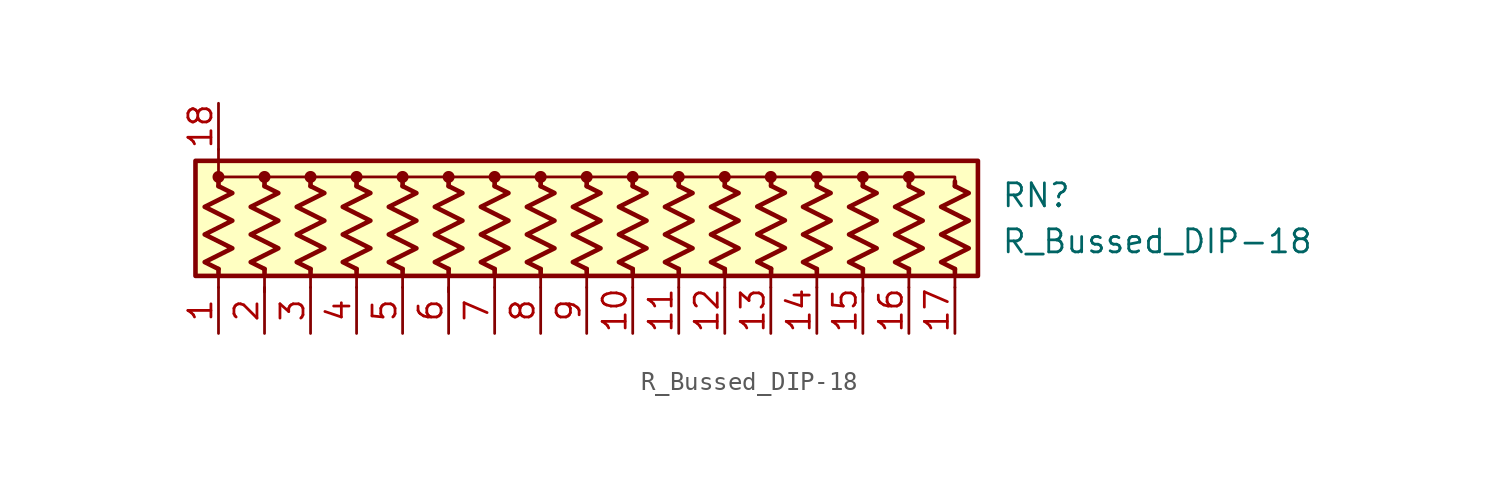
<source format=kicad_sym>
(kicad_symbol_lib
  (version 20220914)
  (generator kicad_symbol_editor)
  (symbol "R_Bussed_DIP-18"
    (pin_names
      (offset 0.002) hide)
    (property "Reference" "RN"
      (at 22.86 1.27 0)
      (effects (font (size 1.27 1.27)) (justify left)))
    (property "Value" "R_Bussed_DIP-18"
      (at 22.86 -1.27 0)
      (effects (font (size 1.27 1.27)) (justify left)))
    (symbol "R_Bussed_DIP-18_0_1"
      (rectangle (start -21.59 3.175) (end 21.59 -3.175) (stroke (width 0.254) (type default)) (fill (type background)))
      (circle (center -20.32 2.286) (radius 0.254) (stroke (width 0) (type default)) (fill (type outline)))
      (circle (center -17.78 2.286) (radius 0.254) (stroke (width 0) (type default)) (fill (type outline)))
      (circle (center -15.24 2.286) (radius 0.254) (stroke (width 0) (type default)) (fill (type outline)))
      (circle (center -12.7 2.286) (radius 0.254) (stroke (width 0) (type default)) (fill (type outline)))
      (circle (center -10.16 2.286) (radius 0.254) (stroke (width 0) (type default)) (fill (type outline)))
      (circle (center -7.62 2.286) (radius 0.254) (stroke (width 0) (type default)) (fill (type outline)))
      (circle (center -5.08 2.286) (radius 0.254) (stroke (width 0) (type default)) (fill (type outline)))
      (circle (center -2.54 2.286) (radius 0.254) (stroke (width 0) (type default)) (fill (type outline)))
      (polyline (pts (xy -20.32 -2.794) (xy -20.32 -3.81)) (stroke (width 0) (type default)) (fill (type none)))
      (polyline (pts (xy -20.32 -2.794) (xy -20.32 -3.048)) (stroke (width 0.254) (type default)) (fill (type none)))
      (polyline (pts (xy -20.32 1.778) (xy -20.32 2.032)) (stroke (width 0.254) (type default)) (fill (type none)))
      (polyline (pts (xy -20.32 3.81) (xy -20.32 2.54)) (stroke (width 0) (type default)) (fill (type none)))
      (polyline (pts (xy -17.78 -2.794) (xy -17.78 -4.064)) (stroke (width 0) (type default)) (fill (type none)))
      (polyline (pts (xy -17.78 -2.794) (xy -17.78 -3.048)) (stroke (width 0.254) (type default)) (fill (type none)))
      (polyline (pts (xy -17.78 1.778) (xy -17.78 2.032)) (stroke (width 0.254) (type default)) (fill (type none)))
      (polyline (pts (xy -15.24 -2.794) (xy -15.24 -3.81)) (stroke (width 0) (type default)) (fill (type none)))
      (polyline (pts (xy -15.24 -2.794) (xy -15.24 -3.048)) (stroke (width 0.254) (type default)) (fill (type none)))
      (polyline (pts (xy -15.24 1.778) (xy -15.24 2.032)) (stroke (width 0.254) (type default)) (fill (type none)))
      (polyline (pts (xy -12.7 -2.794) (xy -12.7 -3.81)) (stroke (width 0) (type default)) (fill (type none)))
      (polyline (pts (xy -12.7 -2.794) (xy -12.7 -3.048)) (stroke (width 0.254) (type default)) (fill (type none)))
      (polyline (pts (xy -12.7 1.778) (xy -12.7 2.032)) (stroke (width 0.254) (type default)) (fill (type none)))
      (polyline (pts (xy -10.16 -2.794) (xy -10.16 -3.81)) (stroke (width 0) (type default)) (fill (type none)))
      (polyline (pts (xy -10.16 -2.794) (xy -10.16 -3.048)) (stroke (width 0.254) (type default)) (fill (type none)))
      (polyline (pts (xy -10.16 1.778) (xy -10.16 2.032)) (stroke (width 0.254) (type default)) (fill (type none)))
      (polyline (pts (xy -7.62 -2.794) (xy -7.62 -4.064)) (stroke (width 0) (type default)) (fill (type none)))
      (polyline (pts (xy -7.62 -2.794) (xy -7.62 -3.048)) (stroke (width 0.254) (type default)) (fill (type none)))
      (polyline (pts (xy -7.62 1.778) (xy -7.62 2.032)) (stroke (width 0.254) (type default)) (fill (type none)))
      (polyline (pts (xy -5.08 -2.794) (xy -5.08 -3.81)) (stroke (width 0) (type default)) (fill (type none)))
      (polyline (pts (xy -5.08 -2.794) (xy -5.08 -3.048)) (stroke (width 0.254) (type default)) (fill (type none)))
      (polyline (pts (xy -5.08 1.778) (xy -5.08 2.032)) (stroke (width 0.254) (type default)) (fill (type none)))
      (polyline (pts (xy -2.54 -2.794) (xy -2.54 -3.81)) (stroke (width 0) (type default)) (fill (type none)))
      (polyline (pts (xy -2.54 -2.794) (xy -2.54 -3.048)) (stroke (width 0.254) (type default)) (fill (type none)))
      (polyline (pts (xy -2.54 1.778) (xy -2.54 2.032)) (stroke (width 0.254) (type default)) (fill (type none)))
      (polyline (pts (xy 0 -2.794) (xy 0 -3.81)) (stroke (width 0) (type default)) (fill (type none)))
      (polyline (pts (xy 0 -2.794) (xy 0 -3.048)) (stroke (width 0.254) (type default)) (fill (type none)))
      (polyline (pts (xy 0 1.778) (xy 0 2.032)) (stroke (width 0.254) (type default)) (fill (type none)))
      (polyline (pts (xy 2.54 -2.794) (xy 2.54 -3.81)) (stroke (width 0) (type default)) (fill (type none)))
      (polyline (pts (xy 2.54 -2.794) (xy 2.54 -3.048)) (stroke (width 0.254) (type default)) (fill (type none)))
      (polyline (pts (xy 2.54 1.778) (xy 2.54 2.032)) (stroke (width 0.254) (type default)) (fill (type none)))
      (polyline (pts (xy 5.08 -2.794) (xy 5.08 -3.81)) (stroke (width 0) (type default)) (fill (type none)))
      (polyline (pts (xy 5.08 -2.794) (xy 5.08 -3.048)) (stroke (width 0.254) (type default)) (fill (type none)))
      (polyline (pts (xy 5.08 1.778) (xy 5.08 2.032)) (stroke (width 0.254) (type default)) (fill (type none)))
      (polyline (pts (xy 7.62 -2.794) (xy 7.62 -3.81)) (stroke (width 0) (type default)) (fill (type none)))
      (polyline (pts (xy 7.62 -2.794) (xy 7.62 -3.048)) (stroke (width 0.254) (type default)) (fill (type none)))
      (polyline (pts (xy 7.62 1.778) (xy 7.62 2.032)) (stroke (width 0.254) (type default)) (fill (type none)))
      (polyline (pts (xy 10.16 -2.794) (xy 10.16 -3.81)) (stroke (width 0) (type default)) (fill (type none)))
      (polyline (pts (xy 10.175 -2.777) (xy 10.175 -3.031)) (stroke (width 0.254) (type default)) (fill (type none)))
      (polyline (pts (xy 10.175 1.795) (xy 10.175 2.049)) (stroke (width 0.254) (type default)) (fill (type none)))
      (polyline (pts (xy 12.7 -2.794) (xy 12.7 -3.81)) (stroke (width 0) (type default)) (fill (type none)))
      (polyline (pts (xy 12.7 -2.794) (xy 12.7 -3.048)) (stroke (width 0.254) (type default)) (fill (type none)))
      (polyline (pts (xy 12.7 1.778) (xy 12.7 2.032)) (stroke (width 0.254) (type default)) (fill (type none)))
      (polyline (pts (xy 15.24 -2.794) (xy 15.24 -4.064)) (stroke (width 0) (type default)) (fill (type none)))
      (polyline (pts (xy 15.24 -2.794) (xy 15.24 -3.048)) (stroke (width 0.254) (type default)) (fill (type none)))
      (polyline (pts (xy 15.24 1.778) (xy 15.24 2.032)) (stroke (width 0.254) (type default)) (fill (type none)))
      (polyline (pts (xy 17.78 -2.794) (xy 17.78 -3.81)) (stroke (width 0) (type default)) (fill (type none)))
      (polyline (pts (xy 17.78 -2.794) (xy 17.78 -3.048)) (stroke (width 0.254) (type default)) (fill (type none)))
      (polyline (pts (xy 17.78 1.778) (xy 17.78 2.032)) (stroke (width 0.254) (type default)) (fill (type none)))
      (polyline (pts (xy 20.32 -2.794) (xy 20.32 -3.81)) (stroke (width 0) (type default)) (fill (type none)))
      (polyline (pts (xy 20.32 -2.794) (xy 20.32 -3.048)) (stroke (width 0.254) (type default)) (fill (type none)))
      (polyline (pts (xy 20.32 1.778) (xy 20.32 2.032)) (stroke (width 0.254) (type default)) (fill (type none)))
      (polyline (pts (xy -2.54 1.778) (xy -2.54 2.286) (xy -5.08 2.286)) (stroke (width 0.152) (type default)) (fill (type none)))
      (polyline (pts (xy 0 1.778) (xy 0 2.286) (xy -2.54 2.286)) (stroke (width 0.152) (type default)) (fill (type none)))
      (polyline (pts (xy 2.54 1.778) (xy 2.54 2.286) (xy 0 2.286)) (stroke (width 0.152) (type default)) (fill (type none)))
      (polyline (pts (xy 5.08 1.778) (xy 5.08 2.286) (xy 2.54 2.286)) (stroke (width 0.152) (type default)) (fill (type none)))
      (polyline (pts (xy 7.62 1.778) (xy 7.62 2.286) (xy 5.08 2.286)) (stroke (width 0.152) (type default)) (fill (type none)))
      (polyline (pts (xy 10.16 2.032) (xy 10.16 2.286) (xy 7.62 2.286)) (stroke (width 0.152) (type default)) (fill (type none)))
      (polyline (pts (xy 12.7 1.778) (xy 12.7 2.286) (xy 10.16 2.286)) (stroke (width 0.152) (type default)) (fill (type none)))
      (polyline (pts (xy 15.24 1.778) (xy 15.24 2.286) (xy 12.7 2.286)) (stroke (width 0.152) (type default)) (fill (type none)))
      (polyline (pts (xy 17.78 1.778) (xy 17.78 2.286) (xy 15.24 2.286)) (stroke (width 0.152) (type default)) (fill (type none)))
      (polyline (pts (xy 20.32 1.778) (xy 20.32 2.286) (xy 17.78 2.286)) (stroke (width 0.152) (type default)) (fill (type none)))
      (polyline (pts (xy -20.32 2.032) (xy -20.32 2.286) (xy -17.78 2.286) (xy -17.78 1.778)) (stroke (width 0) (type default)) (fill (type none)))
      (polyline (pts (xy -17.78 1.778) (xy -17.78 2.286) (xy -15.24 2.286) (xy -15.24 1.778)) (stroke (width 0) (type default)) (fill (type none)))
      (polyline (pts (xy -15.24 1.778) (xy -15.24 2.286) (xy -12.7 2.286) (xy -12.7 1.778)) (stroke (width 0) (type default)) (fill (type none)))
      (polyline (pts (xy -12.7 1.778) (xy -12.7 2.286) (xy -10.16 2.286) (xy -10.16 1.778)) (stroke (width 0) (type default)) (fill (type none)))
      (polyline (pts (xy -10.16 1.778) (xy -10.16 2.286) (xy -7.62 2.286) (xy -7.62 1.778)) (stroke (width 0) (type default)) (fill (type none)))
      (polyline (pts (xy -7.62 1.778) (xy -7.62 2.286) (xy -5.08 2.286) (xy -5.08 1.778)) (stroke (width 0) (type default)) (fill (type none)))
      (polyline (pts (xy -20.32 1.778) (xy -19.558 1.397) (xy -21.082 0.635) (xy -20.32 0.254) (xy -19.558 -0.127) (xy -20.32 -0.508) (xy -21.082 -0.889) (xy -20.32 -1.27) (xy -19.558 -1.651) (xy -20.32 -2.032) (xy -21.082 -2.413) (xy -20.32 -2.794)) (stroke (width 0.254) (type default)) (fill (type none)))
      (polyline (pts (xy -17.78 1.778) (xy -17.018 1.397) (xy -18.542 0.635) (xy -17.78 0.254) (xy -17.018 -0.127) (xy -17.78 -0.508) (xy -18.542 -0.889) (xy -17.78 -1.27) (xy -17.018 -1.651) (xy -17.78 -2.032) (xy -18.542 -2.413) (xy -17.78 -2.794)) (stroke (width 0.254) (type default)) (fill (type none)))
      (polyline (pts (xy -15.24 1.778) (xy -14.478 1.397) (xy -16.002 0.635) (xy -15.24 0.254) (xy -14.478 -0.127) (xy -15.24 -0.508) (xy -16.002 -0.889) (xy -15.24 -1.27) (xy -14.478 -1.651) (xy -15.24 -2.032) (xy -16.002 -2.413) (xy -15.24 -2.794)) (stroke (width 0.254) (type default)) (fill (type none)))
      (polyline (pts (xy -12.7 1.778) (xy -11.938 1.397) (xy -13.462 0.635) (xy -12.7 0.254) (xy -11.938 -0.127) (xy -12.7 -0.508) (xy -13.462 -0.889) (xy -12.7 -1.27) (xy -11.938 -1.651) (xy -12.7 -2.032) (xy -13.462 -2.413) (xy -12.7 -2.794)) (stroke (width 0.254) (type default)) (fill (type none)))
      (polyline (pts (xy -10.16 1.778) (xy -9.398 1.397) (xy -10.922 0.635) (xy -10.16 0.254) (xy -9.398 -0.127) (xy -10.16 -0.508) (xy -10.922 -0.889) (xy -10.16 -1.27) (xy -9.398 -1.651) (xy -10.16 -2.032) (xy -10.922 -2.413) (xy -10.16 -2.794)) (stroke (width 0.254) (type default)) (fill (type none)))
      (polyline (pts (xy -7.62 1.778) (xy -6.858 1.397) (xy -8.382 0.635) (xy -7.62 0.254) (xy -6.858 -0.127) (xy -7.62 -0.508) (xy -8.382 -0.889) (xy -7.62 -1.27) (xy -6.858 -1.651) (xy -7.62 -2.032) (xy -8.382 -2.413) (xy -7.62 -2.794)) (stroke (width 0.254) (type default)) (fill (type none)))
      (polyline (pts (xy -5.08 1.778) (xy -4.318 1.397) (xy -5.842 0.635) (xy -5.08 0.254) (xy -4.318 -0.127) (xy -5.08 -0.508) (xy -5.842 -0.889) (xy -5.08 -1.27) (xy -4.318 -1.651) (xy -5.08 -2.032) (xy -5.842 -2.413) (xy -5.08 -2.794)) (stroke (width 0.254) (type default)) (fill (type none)))
      (polyline (pts (xy -2.54 1.778) (xy -1.778 1.397) (xy -3.302 0.635) (xy -2.54 0.254) (xy -1.778 -0.127) (xy -2.54 -0.508) (xy -3.302 -0.889) (xy -2.54 -1.27) (xy -1.778 -1.651) (xy -2.54 -2.032) (xy -3.302 -2.413) (xy -2.54 -2.794)) (stroke (width 0.254) (type default)) (fill (type none)))
      (polyline (pts (xy 0 1.778) (xy 0.762 1.397) (xy -0.762 0.635) (xy 0 0.254) (xy 0.762 -0.127) (xy 0 -0.508) (xy -0.762 -0.889) (xy 0 -1.27) (xy 0.762 -1.651) (xy 0 -2.032) (xy -0.762 -2.413) (xy 0 -2.794)) (stroke (width 0.254) (type default)) (fill (type none)))
      (polyline (pts (xy 2.54 1.778) (xy 3.302 1.397) (xy 1.778 0.635) (xy 2.54 0.254) (xy 3.302 -0.127) (xy 2.54 -0.508) (xy 1.778 -0.889) (xy 2.54 -1.27) (xy 3.302 -1.651) (xy 2.54 -2.032) (xy 1.778 -2.413) (xy 2.54 -2.794)) (stroke (width 0.254) (type default)) (fill (type none)))
      (polyline (pts (xy 5.08 1.778) (xy 5.842 1.397) (xy 4.318 0.635) (xy 5.08 0.254) (xy 5.842 -0.127) (xy 5.08 -0.508) (xy 4.318 -0.889) (xy 5.08 -1.27) (xy 5.842 -1.651) (xy 5.08 -2.032) (xy 4.318 -2.413) (xy 5.08 -2.794)) (stroke (width 0.254) (type default)) (fill (type none)))
      (polyline (pts (xy 7.62 1.778) (xy 8.382 1.397) (xy 6.858 0.635) (xy 7.62 0.254) (xy 8.382 -0.127) (xy 7.62 -0.508) (xy 6.858 -0.889) (xy 7.62 -1.27) (xy 8.382 -1.651) (xy 7.62 -2.032) (xy 6.858 -2.413) (xy 7.62 -2.794)) (stroke (width 0.254) (type default)) (fill (type none)))
      (polyline (pts (xy 10.175 1.795) (xy 10.937 1.414) (xy 9.413 0.652) (xy 10.175 0.271) (xy 10.937 -0.11) (xy 10.175 -0.491) (xy 9.413 -0.872) (xy 10.175 -1.253) (xy 10.937 -1.634) (xy 10.175 -2.015) (xy 9.413 -2.396) (xy 10.175 -2.777)) (stroke (width 0.254) (type default)) (fill (type none)))
      (polyline (pts (xy 12.7 1.778) (xy 13.462 1.397) (xy 11.938 0.635) (xy 12.7 0.254) (xy 13.462 -0.127) (xy 12.7 -0.508) (xy 11.938 -0.889) (xy 12.7 -1.27) (xy 13.462 -1.651) (xy 12.7 -2.032) (xy 11.938 -2.413) (xy 12.7 -2.794)) (stroke (width 0.254) (type default)) (fill (type none)))
      (polyline (pts (xy 15.24 1.778) (xy 16.002 1.397) (xy 14.478 0.635) (xy 15.24 0.254) (xy 16.002 -0.127) (xy 15.24 -0.508) (xy 14.478 -0.889) (xy 15.24 -1.27) (xy 16.002 -1.651) (xy 15.24 -2.032) (xy 14.478 -2.413) (xy 15.24 -2.794)) (stroke (width 0.254) (type default)) (fill (type none)))
      (polyline (pts (xy 17.78 1.778) (xy 18.542 1.397) (xy 17.018 0.635) (xy 17.78 0.254) (xy 18.542 -0.127) (xy 17.78 -0.508) (xy 17.018 -0.889) (xy 17.78 -1.27) (xy 18.542 -1.651) (xy 17.78 -2.032) (xy 17.018 -2.413) (xy 17.78 -2.794)) (stroke (width 0.254) (type default)) (fill (type none)))
      (polyline (pts (xy 20.32 1.778) (xy 21.082 1.397) (xy 19.558 0.635) (xy 20.32 0.254) (xy 21.082 -0.127) (xy 20.32 -0.508) (xy 19.558 -0.889) (xy 20.32 -1.27) (xy 21.082 -1.651) (xy 20.32 -2.032) (xy 19.558 -2.413) (xy 20.32 -2.794)) (stroke (width 0.254) (type default)) (fill (type none)))
      (circle (center 0 2.286) (radius 0.254) (stroke (width 0) (type default)) (fill (type outline)))
      (circle (center 2.54 2.286) (radius 0.254) (stroke (width 0) (type default)) (fill (type outline)))
      (circle (center 5.08 2.286) (radius 0.254) (stroke (width 0) (type default)) (fill (type outline)))
      (circle (center 7.62 2.286) (radius 0.254) (stroke (width 0) (type default)) (fill (type outline)))
      (circle (center 10.16 2.286) (radius 0.254) (stroke (width 0) (type default)) (fill (type outline)))
      (circle (center 12.7 2.286) (radius 0.254) (stroke (width 0) (type default)) (fill (type outline)))
      (circle (center 15.24 2.286) (radius 0.254) (stroke (width 0) (type default)) (fill (type outline)))
      (circle (center 17.78 2.286) (radius 0.254) (stroke (width 0) (type default)) (fill (type outline))))
    (symbol "R_Bussed_DIP-18_1_1"
      (pin passive line (at -20.32 -6.35 90) (length 2.54) (name "R1" (effects (font (size 1.27 1.27)))) (number "1" (effects (font (size 1.27 1.27)))))
      (pin passive line (at 2.54 -6.35 90) (length 2.54) (name "R10" (effects (font (size 1.27 1.27)))) (number "10" (effects (font (size 1.27 1.27)))))
      (pin passive line (at 5.08 -6.35 90) (length 2.54) (name "R11" (effects (font (size 1.27 1.27)))) (number "11" (effects (font (size 1.27 1.27)))))
      (pin passive line (at 7.62 -6.35 90) (length 2.54) (name "R12" (effects (font (size 1.27 1.27)))) (number "12" (effects (font (size 1.27 1.27)))))
      (pin passive line (at 10.16 -6.35 90) (length 2.54) (name "R13" (effects (font (size 1.27 1.27)))) (number "13" (effects (font (size 1.27 1.27)))))
      (pin passive line (at 12.7 -6.35 90) (length 2.54) (name "R14" (effects (font (size 1.27 1.27)))) (number "14" (effects (font (size 1.27 1.27)))))
      (pin passive line (at 15.24 -6.35 90) (length 2.54) (name "R15" (effects (font (size 1.27 1.27)))) (number "15" (effects (font (size 1.27 1.27)))))
      (pin passive line (at 17.78 -6.35 90) (length 2.54) (name "R16" (effects (font (size 1.27 1.27)))) (number "16" (effects (font (size 1.27 1.27)))))
      (pin passive line (at 20.32 -6.35 90) (length 2.54) (name "R17" (effects (font (size 1.27 1.27)))) (number "17" (effects (font (size 1.27 1.27)))))
      (pin passive line (at -20.32 6.35 270) (length 2.54) (name "common" (effects (font (size 1.27 1.27)))) (number "18" (effects (font (size 1.27 1.27)))))
      (pin passive line (at -17.78 -6.35 90) (length 2.54) (name "R2" (effects (font (size 1.27 1.27)))) (number "2" (effects (font (size 1.27 1.27)))))
      (pin passive line (at -15.24 -6.35 90) (length 2.54) (name "R3" (effects (font (size 1.27 1.27)))) (number "3" (effects (font (size 1.27 1.27)))))
      (pin passive line (at -12.7 -6.35 90) (length 2.54) (name "R4" (effects (font (size 1.27 1.27)))) (number "4" (effects (font (size 1.27 1.27)))))
      (pin passive line (at -10.16 -6.35 90) (length 2.54) (name "R5" (effects (font (size 1.27 1.27)))) (number "5" (effects (font (size 1.27 1.27)))))
      (pin passive line (at -7.62 -6.35 90) (length 2.54) (name "R6" (effects (font (size 1.27 1.27)))) (number "6" (effects (font (size 1.27 1.27)))))
      (pin passive line (at -5.08 -6.35 90) (length 2.54) (name "R7" (effects (font (size 1.27 1.27)))) (number "7" (effects (font (size 1.27 1.27)))))
      (pin passive line (at -2.54 -6.35 90) (length 2.54) (name "R8" (effects (font (size 1.27 1.27)))) (number "8" (effects (font (size 1.27 1.27)))))
      (pin passive line (at 0 -6.35 90) (length 2.54) (name "R9" (effects (font (size 1.27 1.27)))) (number "9" (effects (font (size 1.27 1.27))))))))
</source>
